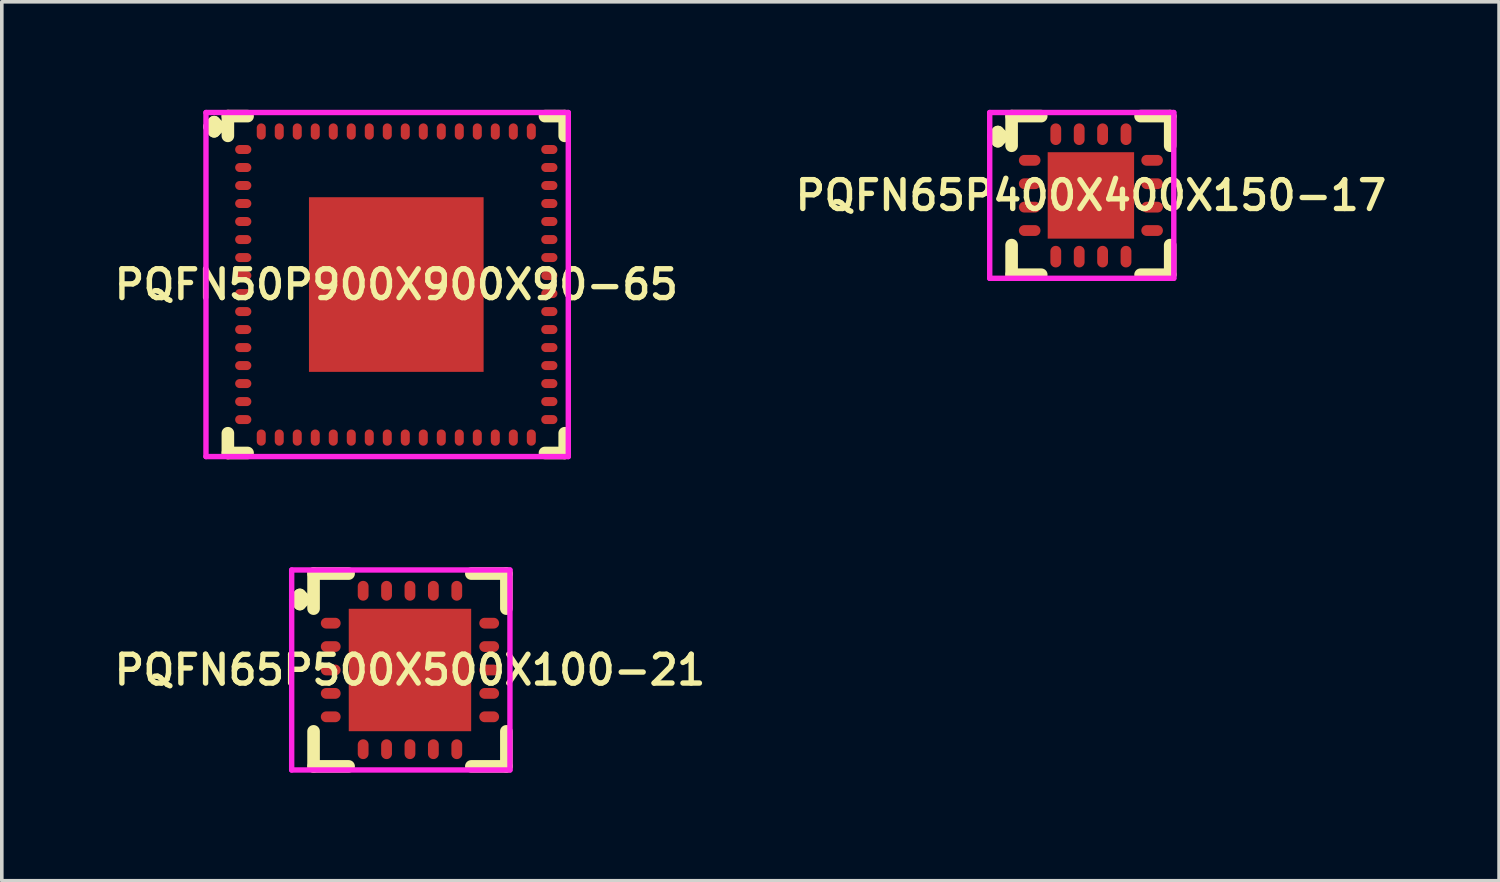
<source format=kicad_pcb>
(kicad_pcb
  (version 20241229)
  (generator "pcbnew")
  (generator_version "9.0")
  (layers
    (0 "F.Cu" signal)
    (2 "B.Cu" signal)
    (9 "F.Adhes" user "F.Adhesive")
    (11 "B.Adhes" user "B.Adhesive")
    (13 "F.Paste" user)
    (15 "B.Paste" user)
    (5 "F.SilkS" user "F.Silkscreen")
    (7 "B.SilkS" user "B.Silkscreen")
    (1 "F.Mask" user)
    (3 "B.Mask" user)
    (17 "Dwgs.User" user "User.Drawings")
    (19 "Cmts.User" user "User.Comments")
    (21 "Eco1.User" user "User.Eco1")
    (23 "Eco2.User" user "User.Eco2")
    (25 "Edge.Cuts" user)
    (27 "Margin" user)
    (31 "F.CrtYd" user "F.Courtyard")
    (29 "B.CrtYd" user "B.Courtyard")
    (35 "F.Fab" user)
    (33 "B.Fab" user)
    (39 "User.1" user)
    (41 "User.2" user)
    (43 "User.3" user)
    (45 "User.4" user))
  (footprint "PQFN50P900X900X90-65"
    (layer "F.Cu")
    (at 7.955 4.852)
    (property "Reference" "PQFN50P900X900X90-65" (at 0 0 0) (layer "F.SilkS") (effects (font (size 0.8 0.8) (thickness 0.15))))
    (attr smd)
    (fp_line (start -5.185 -4.383) (end -5.058 -4.51) (stroke (width 0.35) (type solid)) (layer "F.SilkS"))
    (fp_line (start -5.058 -4.51) (end -4.931 -4.383) (stroke (width 0.35) (type solid)) (layer "F.SilkS"))
    (fp_line (start -5.058 -4.256) (end -5.185 -4.383) (stroke (width 0.35) (type solid)) (layer "F.SilkS"))
    (fp_line (start -4.931 -4.383) (end -5.058 -4.256) (stroke (width 0.35) (type solid)) (layer "F.SilkS"))
    (fp_line (start -4.677 -4.677) (end -4.129 -4.677) (stroke (width 0.35) (type solid)) (layer "F.SilkS"))
    (fp_line (start -4.677 -4.129) (end -4.677 -4.677) (stroke (width 0.35) (type solid)) (layer "F.SilkS"))
    (fp_line (start -4.677 4.129) (end -4.677 4.677) (stroke (width 0.35) (type solid)) (layer "F.SilkS"))
    (fp_line (start -4.677 4.677) (end -4.129 4.677) (stroke (width 0.35) (type solid)) (layer "F.SilkS"))
    (fp_line (start 4.129 -4.677) (end 4.677 -4.677) (stroke (width 0.35) (type solid)) (layer "F.SilkS"))
    (fp_line (start 4.129 4.677) (end 4.677 4.677) (stroke (width 0.35) (type solid)) (layer "F.SilkS"))
    (fp_line (start 4.677 -4.677) (end 4.677 -4.129) (stroke (width 0.35) (type solid)) (layer "F.SilkS"))
    (fp_line (start 4.677 4.677) (end 4.677 4.129) (stroke (width 0.35) (type solid)) (layer "F.SilkS"))
    (fp_line (start -5.285 -4.777) (end 4.777 -4.777) (stroke (width 0.15) (type solid)) (layer "F.CrtYd"))
    (fp_line (start -5.285 4.777) (end -5.285 -4.777) (stroke (width 0.15) (type solid)) (layer "F.CrtYd"))
    (fp_line (start 4.777 -4.777) (end 4.777 4.777) (stroke (width 0.15) (type solid)) (layer "F.CrtYd"))
    (fp_line (start 4.777 4.777) (end -5.285 4.777) (stroke (width 0.15) (type solid)) (layer "F.CrtYd"))
    (pad "1" smd oval (at -4.25 -3.75) (size 0.45 0.25) (layers "F.Cu" "F.Mask" "F.Paste"))
    (pad "2" smd oval (at -4.25 -3.25) (size 0.45 0.25) (layers "F.Cu" "F.Mask" "F.Paste"))
    (pad "3" smd oval (at -4.25 -2.75) (size 0.45 0.25) (layers "F.Cu" "F.Mask" "F.Paste"))
    (pad "4" smd oval (at -4.25 -2.25) (size 0.45 0.25) (layers "F.Cu" "F.Mask" "F.Paste"))
    (pad "5" smd oval (at -4.25 -1.75) (size 0.45 0.25) (layers "F.Cu" "F.Mask" "F.Paste"))
    (pad "6" smd oval (at -4.25 -1.25) (size 0.45 0.25) (layers "F.Cu" "F.Mask" "F.Paste"))
    (pad "7" smd oval (at -4.25 -0.75) (size 0.45 0.25) (layers "F.Cu" "F.Mask" "F.Paste"))
    (pad "8" smd oval (at -4.25 -0.25) (size 0.45 0.25) (layers "F.Cu" "F.Mask" "F.Paste"))
    (pad "9" smd oval (at -4.25 0.25) (size 0.45 0.25) (layers "F.Cu" "F.Mask" "F.Paste"))
    (pad "10" smd oval (at -4.25 0.75) (size 0.45 0.25) (layers "F.Cu" "F.Mask" "F.Paste"))
    (pad "11" smd oval (at -4.25 1.25) (size 0.45 0.25) (layers "F.Cu" "F.Mask" "F.Paste"))
    (pad "12" smd oval (at -4.25 1.75) (size 0.45 0.25) (layers "F.Cu" "F.Mask" "F.Paste"))
    (pad "13" smd oval (at -4.25 2.25) (size 0.45 0.25) (layers "F.Cu" "F.Mask" "F.Paste"))
    (pad "14" smd oval (at -4.25 2.75) (size 0.45 0.25) (layers "F.Cu" "F.Mask" "F.Paste"))
    (pad "15" smd oval (at -4.25 3.25) (size 0.45 0.25) (layers "F.Cu" "F.Mask" "F.Paste"))
    (pad "16" smd oval (at -4.25 3.75) (size 0.45 0.25) (layers "F.Cu" "F.Mask" "F.Paste"))
    (pad "17" smd oval (at -3.75 4.25) (size 0.25 0.45) (layers "F.Cu" "F.Mask" "F.Paste"))
    (pad "18" smd oval (at -3.25 4.25) (size 0.25 0.45) (layers "F.Cu" "F.Mask" "F.Paste"))
    (pad "19" smd oval (at -2.75 4.25) (size 0.25 0.45) (layers "F.Cu" "F.Mask" "F.Paste"))
    (pad "20" smd oval (at -2.25 4.25) (size 0.25 0.45) (layers "F.Cu" "F.Mask" "F.Paste"))
    (pad "21" smd oval (at -1.75 4.25) (size 0.25 0.45) (layers "F.Cu" "F.Mask" "F.Paste"))
    (pad "22" smd oval (at -1.25 4.25) (size 0.25 0.45) (layers "F.Cu" "F.Mask" "F.Paste"))
    (pad "23" smd oval (at -0.75 4.25) (size 0.25 0.45) (layers "F.Cu" "F.Mask" "F.Paste"))
    (pad "24" smd oval (at -0.25 4.25) (size 0.25 0.45) (layers "F.Cu" "F.Mask" "F.Paste"))
    (pad "25" smd oval (at 0.25 4.25) (size 0.25 0.45) (layers "F.Cu" "F.Mask" "F.Paste"))
    (pad "26" smd oval (at 0.75 4.25) (size 0.25 0.45) (layers "F.Cu" "F.Mask" "F.Paste"))
    (pad "27" smd oval (at 1.25 4.25) (size 0.25 0.45) (layers "F.Cu" "F.Mask" "F.Paste"))
    (pad "28" smd oval (at 1.75 4.25) (size 0.25 0.45) (layers "F.Cu" "F.Mask" "F.Paste"))
    (pad "29" smd oval (at 2.25 4.25) (size 0.25 0.45) (layers "F.Cu" "F.Mask" "F.Paste"))
    (pad "30" smd oval (at 2.75 4.25) (size 0.25 0.45) (layers "F.Cu" "F.Mask" "F.Paste"))
    (pad "31" smd oval (at 3.25 4.25) (size 0.25 0.45) (layers "F.Cu" "F.Mask" "F.Paste"))
    (pad "32" smd oval (at 3.75 4.25) (size 0.25 0.45) (layers "F.Cu" "F.Mask" "F.Paste"))
    (pad "33" smd oval (at 4.25 3.75) (size 0.45 0.25) (layers "F.Cu" "F.Mask" "F.Paste"))
    (pad "34" smd oval (at 4.25 3.25) (size 0.45 0.25) (layers "F.Cu" "F.Mask" "F.Paste"))
    (pad "35" smd oval (at 4.25 2.75) (size 0.45 0.25) (layers "F.Cu" "F.Mask" "F.Paste"))
    (pad "36" smd oval (at 4.25 2.25) (size 0.45 0.25) (layers "F.Cu" "F.Mask" "F.Paste"))
    (pad "37" smd oval (at 4.25 1.75) (size 0.45 0.25) (layers "F.Cu" "F.Mask" "F.Paste"))
    (pad "38" smd oval (at 4.25 1.25) (size 0.45 0.25) (layers "F.Cu" "F.Mask" "F.Paste"))
    (pad "39" smd oval (at 4.25 0.75) (size 0.45 0.25) (layers "F.Cu" "F.Mask" "F.Paste"))
    (pad "40" smd oval (at 4.25 0.25) (size 0.45 0.25) (layers "F.Cu" "F.Mask" "F.Paste"))
    (pad "41" smd oval (at 4.25 -0.25) (size 0.45 0.25) (layers "F.Cu" "F.Mask" "F.Paste"))
    (pad "42" smd oval (at 4.25 -0.75) (size 0.45 0.25) (layers "F.Cu" "F.Mask" "F.Paste"))
    (pad "43" smd oval (at 4.25 -1.25) (size 0.45 0.25) (layers "F.Cu" "F.Mask" "F.Paste"))
    (pad "44" smd oval (at 4.25 -1.75) (size 0.45 0.25) (layers "F.Cu" "F.Mask" "F.Paste"))
    (pad "45" smd oval (at 4.25 -2.25) (size 0.45 0.25) (layers "F.Cu" "F.Mask" "F.Paste"))
    (pad "46" smd oval (at 4.25 -2.75) (size 0.45 0.25) (layers "F.Cu" "F.Mask" "F.Paste"))
    (pad "47" smd oval (at 4.25 -3.25) (size 0.45 0.25) (layers "F.Cu" "F.Mask" "F.Paste"))
    (pad "48" smd oval (at 4.25 -3.75) (size 0.45 0.25) (layers "F.Cu" "F.Mask" "F.Paste"))
    (pad "49" smd oval (at 3.75 -4.25) (size 0.25 0.45) (layers "F.Cu" "F.Mask" "F.Paste"))
    (pad "50" smd oval (at 3.25 -4.25) (size 0.25 0.45) (layers "F.Cu" "F.Mask" "F.Paste"))
    (pad "51" smd oval (at 2.75 -4.25) (size 0.25 0.45) (layers "F.Cu" "F.Mask" "F.Paste"))
    (pad "52" smd oval (at 2.25 -4.25) (size 0.25 0.45) (layers "F.Cu" "F.Mask" "F.Paste"))
    (pad "53" smd oval (at 1.75 -4.25) (size 0.25 0.45) (layers "F.Cu" "F.Mask" "F.Paste"))
    (pad "54" smd oval (at 1.25 -4.25) (size 0.25 0.45) (layers "F.Cu" "F.Mask" "F.Paste"))
    (pad "55" smd oval (at 0.75 -4.25) (size 0.25 0.45) (layers "F.Cu" "F.Mask" "F.Paste"))
    (pad "56" smd oval (at 0.25 -4.25) (size 0.25 0.45) (layers "F.Cu" "F.Mask" "F.Paste"))
    (pad "57" smd oval (at -0.25 -4.25) (size 0.25 0.45) (layers "F.Cu" "F.Mask" "F.Paste"))
    (pad "58" smd oval (at -0.75 -4.25) (size 0.25 0.45) (layers "F.Cu" "F.Mask" "F.Paste"))
    (pad "59" smd oval (at -1.25 -4.25) (size 0.25 0.45) (layers "F.Cu" "F.Mask" "F.Paste"))
    (pad "60" smd oval (at -1.75 -4.25) (size 0.25 0.45) (layers "F.Cu" "F.Mask" "F.Paste"))
    (pad "61" smd oval (at -2.25 -4.25) (size 0.25 0.45) (layers "F.Cu" "F.Mask" "F.Paste"))
    (pad "62" smd oval (at -2.75 -4.25) (size 0.25 0.45) (layers "F.Cu" "F.Mask" "F.Paste"))
    (pad "63" smd oval (at -3.25 -4.25) (size 0.25 0.45) (layers "F.Cu" "F.Mask" "F.Paste"))
    (pad "64" smd oval (at -3.75 -4.25) (size 0.25 0.45) (layers "F.Cu" "F.Mask" "F.Paste"))
    (pad "65" smd rect (at 0 0) (size 4.85 4.85) (layers "F.Cu" "F.Mask" "F.Paste")))
  (footprint "PQFN65P400X400X150-17"
    (layer "F.Cu")
    (at 27.245 2.377)
    (property "Reference" "PQFN65P400X400X150-17" (at 0 0 0) (layer "F.SilkS") (effects (font (size 0.8 0.8) (thickness 0.15))))
    (attr through_hole)
    (fp_line (start -2.71 -1.633) (end -2.583 -1.76) (stroke (width 0.35) (type solid)) (layer "F.SilkS"))
    (fp_line (start -2.583 -1.76) (end -2.456 -1.633) (stroke (width 0.35) (type solid)) (layer "F.SilkS"))
    (fp_line (start -2.583 -1.506) (end -2.71 -1.633) (stroke (width 0.35) (type solid)) (layer "F.SilkS"))
    (fp_line (start -2.456 -1.633) (end -2.583 -1.506) (stroke (width 0.35) (type solid)) (layer "F.SilkS"))
    (fp_line (start -2.202 -2.202) (end -1.379 -2.202) (stroke (width 0.35) (type solid)) (layer "F.SilkS"))
    (fp_line (start -2.202 -1.379) (end -2.202 -2.202) (stroke (width 0.35) (type solid)) (layer "F.SilkS"))
    (fp_line (start -2.202 1.379) (end -2.202 2.202) (stroke (width 0.35) (type solid)) (layer "F.SilkS"))
    (fp_line (start -2.202 2.202) (end -1.379 2.202) (stroke (width 0.35) (type solid)) (layer "F.SilkS"))
    (fp_line (start 1.379 -2.202) (end 2.202 -2.202) (stroke (width 0.35) (type solid)) (layer "F.SilkS"))
    (fp_line (start 1.379 2.202) (end 2.202 2.202) (stroke (width 0.35) (type solid)) (layer "F.SilkS"))
    (fp_line (start 2.202 -2.202) (end 2.202 -1.379) (stroke (width 0.35) (type solid)) (layer "F.SilkS"))
    (fp_line (start 2.202 2.202) (end 2.202 1.379) (stroke (width 0.35) (type solid)) (layer "F.SilkS"))
    (fp_line (start -2.81 -2.302) (end 2.302 -2.302) (stroke (width 0.15) (type solid)) (layer "F.CrtYd"))
    (fp_line (start -2.81 2.302) (end -2.81 -2.302) (stroke (width 0.15) (type solid)) (layer "F.CrtYd"))
    (fp_line (start 2.302 -2.302) (end 2.302 2.302) (stroke (width 0.15) (type solid)) (layer "F.CrtYd"))
    (fp_line (start 2.302 2.302) (end -2.81 2.302) (stroke (width 0.15) (type solid)) (layer "F.CrtYd"))
    (pad "1" smd oval (at -1.7 -0.975) (size 0.6 0.3) (layers "F.Cu" "F.Mask" "F.Paste"))
    (pad "2" smd oval (at -1.7 -0.325) (size 0.6 0.3) (layers "F.Cu" "F.Mask" "F.Paste"))
    (pad "3" smd oval (at -1.7 0.325) (size 0.6 0.3) (layers "F.Cu" "F.Mask" "F.Paste"))
    (pad "4" smd oval (at -1.7 0.975) (size 0.6 0.3) (layers "F.Cu" "F.Mask" "F.Paste"))
    (pad "5" smd oval (at -0.975 1.7) (size 0.3 0.6) (layers "F.Cu" "F.Mask" "F.Paste"))
    (pad "6" smd oval (at -0.325 1.7) (size 0.3 0.6) (layers "F.Cu" "F.Mask" "F.Paste"))
    (pad "7" smd oval (at 0.325 1.7) (size 0.3 0.6) (layers "F.Cu" "F.Mask" "F.Paste"))
    (pad "8" smd oval (at 0.975 1.7) (size 0.3 0.6) (layers "F.Cu" "F.Mask" "F.Paste"))
    (pad "9" smd oval (at 1.7 0.975) (size 0.6 0.3) (layers "F.Cu" "F.Mask" "F.Paste"))
    (pad "10" smd oval (at 1.7 0.325) (size 0.6 0.3) (layers "F.Cu" "F.Mask" "F.Paste"))
    (pad "11" smd oval (at 1.7 -0.325) (size 0.6 0.3) (layers "F.Cu" "F.Mask" "F.Paste"))
    (pad "12" smd oval (at 1.7 -0.975) (size 0.6 0.3) (layers "F.Cu" "F.Mask" "F.Paste"))
    (pad "13" smd oval (at 0.975 -1.7) (size 0.3 0.6) (layers "F.Cu" "F.Mask" "F.Paste"))
    (pad "14" smd oval (at 0.325 -1.7) (size 0.3 0.6) (layers "F.Cu" "F.Mask" "F.Paste"))
    (pad "15" smd oval (at -0.325 -1.7) (size 0.3 0.6) (layers "F.Cu" "F.Mask" "F.Paste"))
    (pad "16" smd oval (at -0.975 -1.7) (size 0.3 0.6) (layers "F.Cu" "F.Mask" "F.Paste"))
    (pad "17" smd rect (at 0 0) (size 2.4 2.4) (layers "F.Cu" "F.Mask" "F.Paste")))
  (footprint "PQFN65P500X500X100-21"
    (layer "F.Cu")
    (at 8.335 15.556)
    (property "Reference" "PQFN65P500X500X100-21" (at 0 0 0) (layer "F.SilkS") (effects (font (size 0.8 0.8) (thickness 0.15))))
    (attr smd)
    (fp_line (start -3.185 -1.958) (end -3.058 -2.085) (stroke (width 0.35) (type solid)) (layer "F.SilkS"))
    (fp_line (start -3.058 -2.085) (end -2.931 -1.958) (stroke (width 0.35) (type solid)) (layer "F.SilkS"))
    (fp_line (start -3.058 -1.831) (end -3.185 -1.958) (stroke (width 0.35) (type solid)) (layer "F.SilkS"))
    (fp_line (start -2.931 -1.958) (end -3.058 -1.831) (stroke (width 0.35) (type solid)) (layer "F.SilkS"))
    (fp_line (start -2.677 -2.677) (end -1.704 -2.677) (stroke (width 0.35) (type solid)) (layer "F.SilkS"))
    (fp_line (start -2.677 -1.704) (end -2.677 -2.677) (stroke (width 0.35) (type solid)) (layer "F.SilkS"))
    (fp_line (start -2.677 1.704) (end -2.677 2.677) (stroke (width 0.35) (type solid)) (layer "F.SilkS"))
    (fp_line (start -2.677 2.677) (end -1.704 2.677) (stroke (width 0.35) (type solid)) (layer "F.SilkS"))
    (fp_line (start 1.704 -2.677) (end 2.677 -2.677) (stroke (width 0.35) (type solid)) (layer "F.SilkS"))
    (fp_line (start 1.704 2.677) (end 2.677 2.677) (stroke (width 0.35) (type solid)) (layer "F.SilkS"))
    (fp_line (start 2.677 -2.677) (end 2.677 -1.704) (stroke (width 0.35) (type solid)) (layer "F.SilkS"))
    (fp_line (start 2.677 2.677) (end 2.677 1.704) (stroke (width 0.35) (type solid)) (layer "F.SilkS"))
    (fp_line (start -3.285 -2.777) (end 2.777 -2.777) (stroke (width 0.15) (type solid)) (layer "F.CrtYd"))
    (fp_line (start -3.285 2.777) (end -3.285 -2.777) (stroke (width 0.15) (type solid)) (layer "F.CrtYd"))
    (fp_line (start 2.777 -2.777) (end 2.777 2.777) (stroke (width 0.15) (type solid)) (layer "F.CrtYd"))
    (fp_line (start 2.777 2.777) (end -3.285 2.777) (stroke (width 0.15) (type solid)) (layer "F.CrtYd"))
    (pad "1" smd oval (at -2.2 -1.3) (size 0.55 0.3) (layers "F.Cu" "F.Mask" "F.Paste"))
    (pad "2" smd oval (at -2.2 -0.65) (size 0.55 0.3) (layers "F.Cu" "F.Mask" "F.Paste"))
    (pad "3" smd oval (at -2.2 0) (size 0.55 0.3) (layers "F.Cu" "F.Mask" "F.Paste"))
    (pad "4" smd oval (at -2.2 0.65) (size 0.55 0.3) (layers "F.Cu" "F.Mask" "F.Paste"))
    (pad "5" smd oval (at -2.2 1.3) (size 0.55 0.3) (layers "F.Cu" "F.Mask" "F.Paste"))
    (pad "6" smd oval (at -1.3 2.2) (size 0.3 0.55) (layers "F.Cu" "F.Mask" "F.Paste"))
    (pad "7" smd oval (at -0.65 2.2) (size 0.3 0.55) (layers "F.Cu" "F.Mask" "F.Paste"))
    (pad "8" smd oval (at 0 2.2) (size 0.3 0.55) (layers "F.Cu" "F.Mask" "F.Paste"))
    (pad "9" smd oval (at 0.65 2.2) (size 0.3 0.55) (layers "F.Cu" "F.Mask" "F.Paste"))
    (pad "10" smd oval (at 1.3 2.2) (size 0.3 0.55) (layers "F.Cu" "F.Mask" "F.Paste"))
    (pad "11" smd oval (at 2.2 1.3) (size 0.55 0.3) (layers "F.Cu" "F.Mask" "F.Paste"))
    (pad "12" smd oval (at 2.2 0.65) (size 0.55 0.3) (layers "F.Cu" "F.Mask" "F.Paste"))
    (pad "13" smd oval (at 2.2 0) (size 0.55 0.3) (layers "F.Cu" "F.Mask" "F.Paste"))
    (pad "14" smd oval (at 2.2 -0.65) (size 0.55 0.3) (layers "F.Cu" "F.Mask" "F.Paste"))
    (pad "15" smd oval (at 2.2 -1.3) (size 0.55 0.3) (layers "F.Cu" "F.Mask" "F.Paste"))
    (pad "16" smd oval (at 1.3 -2.2) (size 0.3 0.55) (layers "F.Cu" "F.Mask" "F.Paste"))
    (pad "17" smd oval (at 0.65 -2.2) (size 0.3 0.55) (layers "F.Cu" "F.Mask" "F.Paste"))
    (pad "18" smd oval (at 0 -2.2) (size 0.3 0.55) (layers "F.Cu" "F.Mask" "F.Paste"))
    (pad "19" smd oval (at -0.65 -2.2) (size 0.3 0.55) (layers "F.Cu" "F.Mask" "F.Paste"))
    (pad "20" smd oval (at -1.3 -2.2) (size 0.3 0.55) (layers "F.Cu" "F.Mask" "F.Paste"))
    (pad "21" smd rect (at 0 0) (size 3.4 3.4) (layers "F.Cu" "F.Mask" "F.Paste")))
  (gr_rect
    (start -3 -3)
    (end 38.58 21.408)
    (stroke (width 0.1) (type default))
    (fill no)
    (layer "Edge.Cuts")))
</source>
